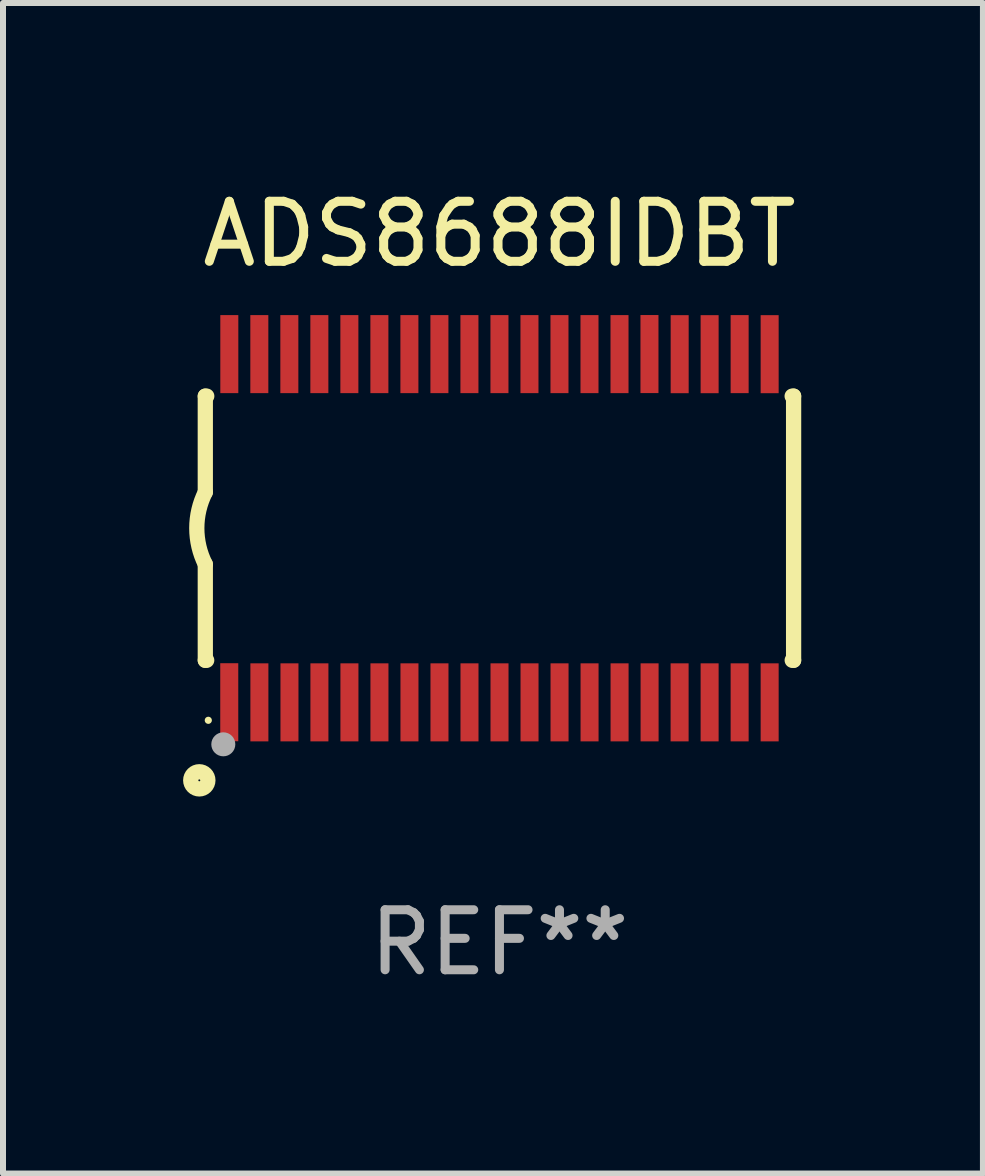
<source format=kicad_pcb>
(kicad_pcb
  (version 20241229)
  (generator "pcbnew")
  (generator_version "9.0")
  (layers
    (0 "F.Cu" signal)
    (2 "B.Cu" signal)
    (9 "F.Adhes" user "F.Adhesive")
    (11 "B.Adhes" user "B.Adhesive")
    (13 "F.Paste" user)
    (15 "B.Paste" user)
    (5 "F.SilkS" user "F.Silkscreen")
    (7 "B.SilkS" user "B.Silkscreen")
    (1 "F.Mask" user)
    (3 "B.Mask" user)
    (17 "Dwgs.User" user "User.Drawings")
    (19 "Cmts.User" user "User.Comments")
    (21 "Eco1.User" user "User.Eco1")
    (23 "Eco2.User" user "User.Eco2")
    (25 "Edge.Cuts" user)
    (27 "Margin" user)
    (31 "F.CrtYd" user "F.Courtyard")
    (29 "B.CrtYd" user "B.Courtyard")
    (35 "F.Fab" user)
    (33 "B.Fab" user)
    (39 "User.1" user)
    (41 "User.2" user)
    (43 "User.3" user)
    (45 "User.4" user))
  (footprint "ADS8688IDBT"
    (layer "F.Cu")
    (at 5.27 5.749)
    (property "Reference" "ADS8688IDBT" (at 0 -4.901 0) (layer "F.SilkS") (effects (font (size 1 1) (thickness 0.15))))
    (attr through_hole)
    (fp_line (start -4.9 -2.2) (end -4.9 -0.6) (stroke (width 0.254) (type solid)) (layer "F.SilkS"))
    (fp_line (start -4.9 -2.2) (end -4.876 -2.2) (stroke (width 0.254) (type solid)) (layer "F.SilkS"))
    (fp_line (start -4.9 2.2) (end -4.9 0.6) (stroke (width 0.254) (type solid)) (layer "F.SilkS"))
    (fp_line (start -4.9 2.2) (end -4.877 2.2) (stroke (width 0.254) (type solid)) (layer "F.SilkS"))
    (fp_line (start 4.876 -2.2) (end 4.9 -2.2) (stroke (width 0.254) (type solid)) (layer "F.SilkS"))
    (fp_line (start 4.877 2.2) (end 4.9 2.2) (stroke (width 0.254) (type solid)) (layer "F.SilkS"))
    (fp_line (start 4.9 -2.2) (end 4.9 2.2) (stroke (width 0.254) (type solid)) (layer "F.SilkS"))
    (fp_arc (start -4.900051 0.599822) (mid -5.041652 -0.000095) (end -4.9 -0.6) (stroke (width 0.254001) (type solid)) (layer "F.SilkS"))
    (fp_circle (center -5 4.2) (end -4.857 4.2) (stroke (width 0.254) (type solid)) (fill no) (layer "F.SilkS"))
    (fp_circle (center -4.85 3.2) (end -4.82 3.2) (stroke (width 0.06) (type solid)) (fill no) (layer "F.SilkS"))
    (fp_circle (center -4.6 3.6) (end -4.5 3.6) (stroke (width 0.2) (type solid)) (fill no) (layer "F.Fab"))
    (fp_text user "REF**" (at 0 6.901 0) (layer "F.Fab") (effects (font (size 1 1) (thickness 0.15))))
    (pad "1" smd rect (at -4.501 2.899 90) (size 1.3 0.3) (layers "F.Cu" "F.Mask" "F.Paste"))
    (pad "2" smd rect (at -3.999 2.901 90) (size 1.3 0.3) (layers "F.Cu" "F.Mask" "F.Paste"))
    (pad "3" smd rect (at -3.498 2.901 90) (size 1.3 0.3) (layers "F.Cu" "F.Mask" "F.Paste"))
    (pad "4" smd rect (at -2.999 2.901 90) (size 1.3 0.3) (layers "F.Cu" "F.Mask" "F.Paste"))
    (pad "5" smd rect (at -2.499 2.901 90) (size 1.3 0.3) (layers "F.Cu" "F.Mask" "F.Paste"))
    (pad "6" smd rect (at -1.999 2.901 90) (size 1.3 0.3) (layers "F.Cu" "F.Mask" "F.Paste"))
    (pad "7" smd rect (at -1.499 2.901 90) (size 1.3 0.3) (layers "F.Cu" "F.Mask" "F.Paste"))
    (pad "8" smd rect (at -0.999 2.901 90) (size 1.3 0.3) (layers "F.Cu" "F.Mask" "F.Paste"))
    (pad "9" smd rect (at -0.499 2.901 90) (size 1.3 0.3) (layers "F.Cu" "F.Mask" "F.Paste"))
    (pad "10" smd rect (at 0.001 2.901 90) (size 1.3 0.3) (layers "F.Cu" "F.Mask" "F.Paste"))
    (pad "11" smd rect (at 0.501 2.901 90) (size 1.3 0.3) (layers "F.Cu" "F.Mask" "F.Paste"))
    (pad "12" smd rect (at 1.001 2.901 90) (size 1.3 0.3) (layers "F.Cu" "F.Mask" "F.Paste"))
    (pad "13" smd rect (at 1.501 2.901 90) (size 1.3 0.3) (layers "F.Cu" "F.Mask" "F.Paste"))
    (pad "14" smd rect (at 2.001 2.901 90) (size 1.3 0.3) (layers "F.Cu" "F.Mask" "F.Paste"))
    (pad "15" smd rect (at 2.501 2.901 90) (size 1.3 0.3) (layers "F.Cu" "F.Mask" "F.Paste"))
    (pad "16" smd rect (at 3.001 2.901 90) (size 1.3 0.3) (layers "F.Cu" "F.Mask" "F.Paste"))
    (pad "17" smd rect (at 3.501 2.901 90) (size 1.3 0.3) (layers "F.Cu" "F.Mask" "F.Paste"))
    (pad "18" smd rect (at 4.001 2.901 90) (size 1.3 0.3) (layers "F.Cu" "F.Mask" "F.Paste"))
    (pad "19" smd rect (at 4.501 2.901 90) (size 1.3 0.3) (layers "F.Cu" "F.Mask" "F.Paste"))
    (pad "20" smd rect (at 4.501 -2.899 90) (size 1.3 0.3) (layers "F.Cu" "F.Mask" "F.Paste"))
    (pad "21" smd rect (at 4.001 -2.9 90) (size 1.3 0.3) (layers "F.Cu" "F.Mask" "F.Paste"))
    (pad "22" smd rect (at 3.501 -2.899 90) (size 1.3 0.3) (layers "F.Cu" "F.Mask" "F.Paste"))
    (pad "23" smd rect (at 3.002 -2.899 90) (size 1.3 0.3) (layers "F.Cu" "F.Mask" "F.Paste"))
    (pad "24" smd rect (at 2.499 -2.901 90) (size 1.3 0.3) (layers "F.Cu" "F.Mask" "F.Paste"))
    (pad "25" smd rect (at 2 -2.9 90) (size 1.3 0.3) (layers "F.Cu" "F.Mask" "F.Paste"))
    (pad "26" smd rect (at 1.5 -2.9 90) (size 1.3 0.3) (layers "F.Cu" "F.Mask" "F.Paste"))
    (pad "27" smd rect (at 1 -2.9 90) (size 1.3 0.3) (layers "F.Cu" "F.Mask" "F.Paste"))
    (pad "28" smd rect (at 0.5 -2.9 90) (size 1.3 0.3) (layers "F.Cu" "F.Mask" "F.Paste"))
    (pad "29" smd rect (at 0.000127 -2.9 90) (size 1.3 0.3) (layers "F.Cu" "F.Mask" "F.Paste"))
    (pad "30" smd rect (at -0.5 -2.9 90) (size 1.3 0.3) (layers "F.Cu" "F.Mask" "F.Paste"))
    (pad "31" smd rect (at -1 -2.9 90) (size 1.3 0.3) (layers "F.Cu" "F.Mask" "F.Paste"))
    (pad "32" smd rect (at -1.5 -2.9 90) (size 1.3 0.3) (layers "F.Cu" "F.Mask" "F.Paste"))
    (pad "33" smd rect (at -2 -2.9 90) (size 1.3 0.3) (layers "F.Cu" "F.Mask" "F.Paste"))
    (pad "34" smd rect (at -2.5 -2.9 90) (size 1.3 0.3) (layers "F.Cu" "F.Mask" "F.Paste"))
    (pad "35" smd rect (at -3 -2.9 90) (size 1.3 0.3) (layers "F.Cu" "F.Mask" "F.Paste"))
    (pad "36" smd rect (at -3.5 -2.9 90) (size 1.3 0.3) (layers "F.Cu" "F.Mask" "F.Paste"))
    (pad "37" smd rect (at -4 -2.9 90) (size 1.3 0.3) (layers "F.Cu" "F.Mask" "F.Paste"))
    (pad "38" smd rect (at -4.5 -2.9 90) (size 1.3 0.3) (layers "F.Cu" "F.Mask" "F.Paste")))
  (gr_rect
    (start -3 -3)
    (end 13.324 16.499)
    (stroke (width 0.1) (type default))
    (fill no)
    (layer "Edge.Cuts")))
</source>
